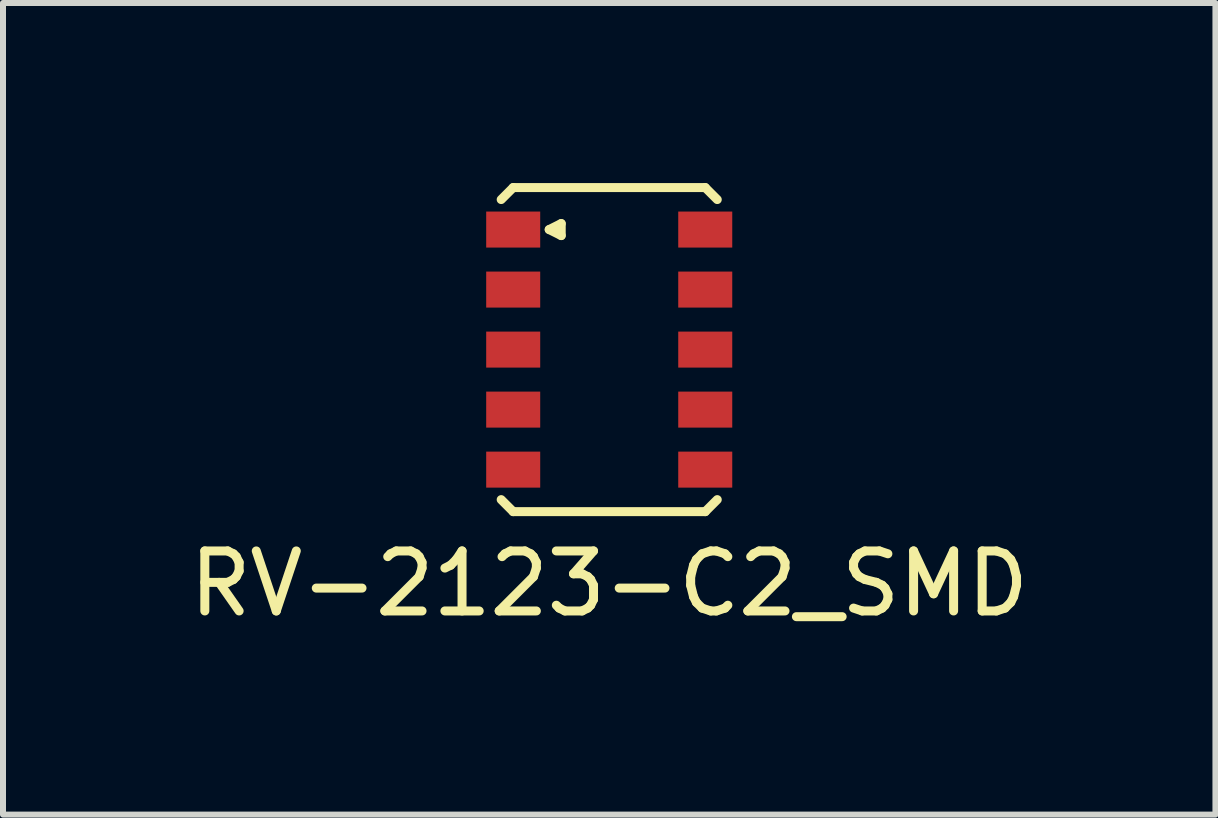
<source format=kicad_pcb>
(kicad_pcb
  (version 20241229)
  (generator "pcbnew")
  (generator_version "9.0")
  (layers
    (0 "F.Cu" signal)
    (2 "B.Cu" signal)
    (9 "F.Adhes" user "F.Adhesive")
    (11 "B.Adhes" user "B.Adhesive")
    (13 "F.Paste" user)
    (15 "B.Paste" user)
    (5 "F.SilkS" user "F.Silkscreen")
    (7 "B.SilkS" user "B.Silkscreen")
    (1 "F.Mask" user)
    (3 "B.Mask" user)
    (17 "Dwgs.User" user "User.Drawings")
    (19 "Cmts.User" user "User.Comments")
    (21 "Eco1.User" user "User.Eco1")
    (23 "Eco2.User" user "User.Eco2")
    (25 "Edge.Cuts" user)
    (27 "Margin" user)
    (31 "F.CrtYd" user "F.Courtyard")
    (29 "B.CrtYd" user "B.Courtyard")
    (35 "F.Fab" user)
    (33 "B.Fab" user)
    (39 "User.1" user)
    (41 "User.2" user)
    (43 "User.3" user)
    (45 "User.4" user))
  (footprint "RV-2123-C2_SMD"
    (layer "F.Cu")
    (at 7.101 2.775)
    (property "Reference" "RV-2123-C2_SMD" (at 0 3.9 0) (layer "F.SilkS") (effects (font (size 1 1) (thickness 0.15))))
    (attr through_hole)
    (fp_line (start -1.8 -2.5) (end -1.6 -2.7) (stroke (width 0.15) (type solid)) (layer "F.SilkS"))
    (fp_line (start -1.6 -2.7) (end 1.6 -2.7) (stroke (width 0.15) (type solid)) (layer "F.SilkS"))
    (fp_line (start -1.6 2.7) (end -1.8 2.5) (stroke (width 0.15) (type solid)) (layer "F.SilkS"))
    (fp_line (start -1 -2) (end -0.8 -2.1) (stroke (width 0.15) (type solid)) (layer "F.SilkS"))
    (fp_line (start -0.8 -2.1) (end -0.8 -1.9) (stroke (width 0.15) (type solid)) (layer "F.SilkS"))
    (fp_line (start -0.8 -1.9) (end -1 -2) (stroke (width 0.15) (type solid)) (layer "F.SilkS"))
    (fp_line (start 1.6 -2.7) (end 1.8 -2.5) (stroke (width 0.15) (type solid)) (layer "F.SilkS"))
    (fp_line (start 1.6 2.7) (end -1.6 2.7) (stroke (width 0.15) (type solid)) (layer "F.SilkS"))
    (fp_line (start 1.8 2.5) (end 1.6 2.7) (stroke (width 0.15) (type solid)) (layer "F.SilkS"))
    (pad "1" smd rect (at -1.6 -2) (size 0.9 0.6) (layers "F.Cu" "F.Mask" "F.Paste"))
    (pad "2" smd rect (at -1.6 -1) (size 0.9 0.6) (layers "F.Cu" "F.Mask" "F.Paste"))
    (pad "3" smd rect (at -1.6 0) (size 0.9 0.6) (layers "F.Cu" "F.Mask" "F.Paste"))
    (pad "4" smd rect (at -1.6 1) (size 0.9 0.6) (layers "F.Cu" "F.Mask" "F.Paste"))
    (pad "5" smd rect (at -1.6 2) (size 0.9 0.6) (layers "F.Cu" "F.Mask" "F.Paste"))
    (pad "6" smd rect (at 1.6 2) (size 0.9 0.6) (layers "F.Cu" "F.Mask" "F.Paste"))
    (pad "7" smd rect (at 1.6 1) (size 0.9 0.6) (layers "F.Cu" "F.Mask" "F.Paste"))
    (pad "8" smd rect (at 1.6 0) (size 0.9 0.6) (layers "F.Cu" "F.Mask" "F.Paste"))
    (pad "9" smd rect (at 1.6 -1) (size 0.9 0.6) (layers "F.Cu" "F.Mask" "F.Paste"))
    (pad "10" smd rect (at 1.6 -2) (size 0.9 0.6) (layers "F.Cu" "F.Mask" "F.Paste")))
  (gr_rect
    (start -3 -3)
    (end 17.202 10.523)
    (stroke (width 0.1) (type default))
    (fill no)
    (layer "Edge.Cuts")))
</source>
